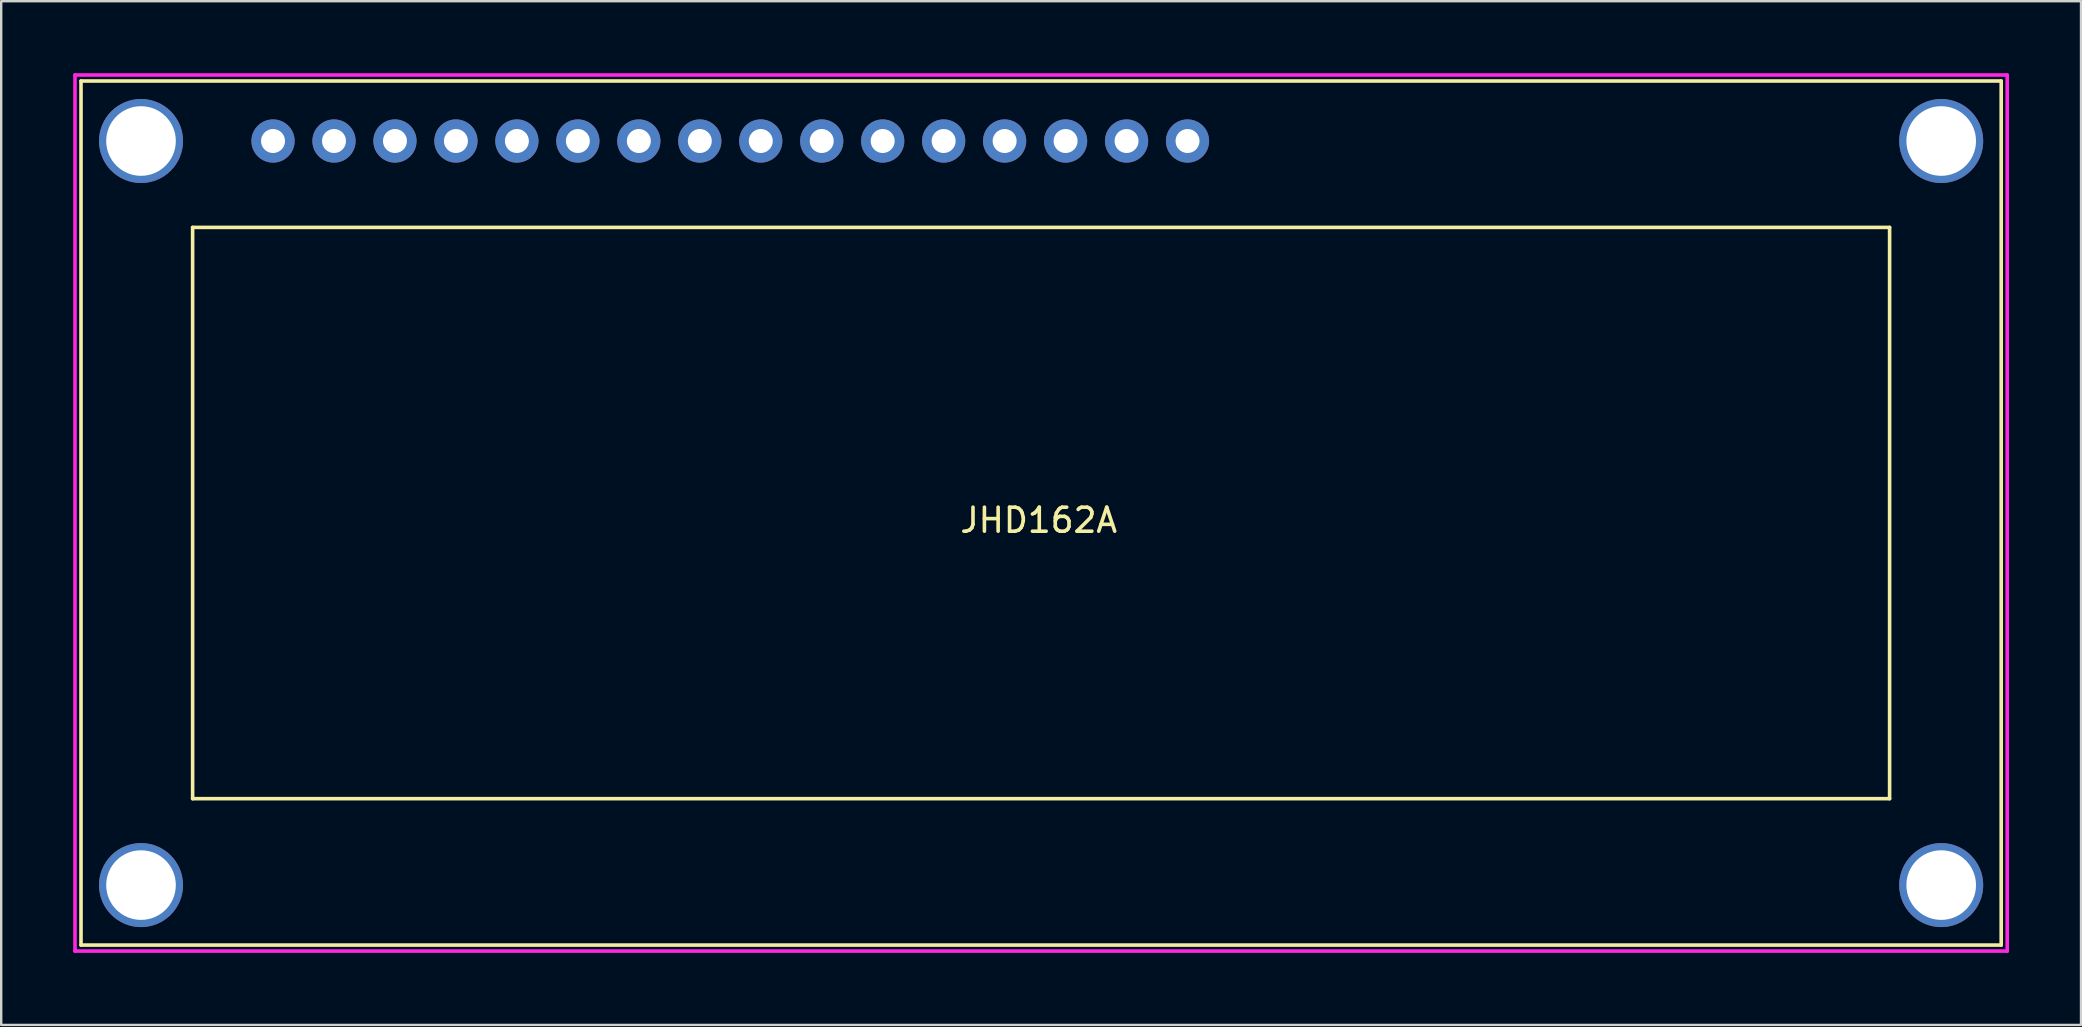
<source format=kicad_pcb>
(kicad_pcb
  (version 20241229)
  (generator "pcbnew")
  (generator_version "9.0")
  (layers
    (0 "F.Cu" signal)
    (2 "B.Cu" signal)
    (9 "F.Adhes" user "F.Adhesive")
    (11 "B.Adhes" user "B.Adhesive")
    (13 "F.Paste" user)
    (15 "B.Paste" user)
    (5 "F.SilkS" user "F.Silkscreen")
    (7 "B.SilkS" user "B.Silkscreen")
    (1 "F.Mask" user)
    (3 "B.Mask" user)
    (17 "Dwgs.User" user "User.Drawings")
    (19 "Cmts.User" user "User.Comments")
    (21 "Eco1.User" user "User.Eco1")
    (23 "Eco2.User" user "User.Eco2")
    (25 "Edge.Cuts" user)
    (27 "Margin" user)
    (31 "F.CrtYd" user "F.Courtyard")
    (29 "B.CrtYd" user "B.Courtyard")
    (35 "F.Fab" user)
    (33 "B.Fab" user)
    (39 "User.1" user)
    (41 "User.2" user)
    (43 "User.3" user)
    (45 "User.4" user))
  (footprint "JHD162A"
    (layer "F.Cu")
    (at 40.325 18.325)
    (property "Reference" "JHD162A" (at -0.1 0.3 0) (layer "F.SilkS") (effects (font (size 1 1) (thickness 0.15))))
    (attr through_hole)
    (fp_line (start -40 -18) (end 40 -18) (stroke (width 0.15) (type solid)) (layer "F.SilkS"))
    (fp_line (start -40 18) (end -40 -18) (stroke (width 0.15) (type solid)) (layer "F.SilkS"))
    (fp_line (start -35.35 -11.9) (end 35.35 -11.9) (stroke (width 0.15) (type solid)) (layer "F.SilkS"))
    (fp_line (start -35.35 11.9) (end -35.35 -11.9) (stroke (width 0.15) (type solid)) (layer "F.SilkS"))
    (fp_line (start 35.35 -11.9) (end 35.35 11.9) (stroke (width 0.15) (type solid)) (layer "F.SilkS"))
    (fp_line (start 35.35 11.9) (end -35.35 11.9) (stroke (width 0.15) (type solid)) (layer "F.SilkS"))
    (fp_line (start 40 -18) (end 40 18) (stroke (width 0.15) (type solid)) (layer "F.SilkS"))
    (fp_line (start 40 18) (end -40 18) (stroke (width 0.15) (type solid)) (layer "F.SilkS"))
    (fp_line (start -40.25 -18.25) (end 40.25 -18.25) (stroke (width 0.15) (type solid)) (layer "F.CrtYd"))
    (fp_line (start -40.25 18.25) (end -40.25 -18.25) (stroke (width 0.15) (type solid)) (layer "F.CrtYd"))
    (fp_line (start 40.25 -18.25) (end 40.25 18.25) (stroke (width 0.15) (type solid)) (layer "F.CrtYd"))
    (fp_line (start 40.25 18.25) (end -40.25 18.25) (stroke (width 0.15) (type solid)) (layer "F.CrtYd"))
    (pad "1" thru_hole circle (at -32 -15.5) (size 1.8 1.8) (drill 1) (layers "*.Cu" "*.Mask"))
    (pad "2" thru_hole circle (at -29.46 -15.5) (size 1.8 1.8) (drill 1) (layers "*.Cu" "*.Mask"))
    (pad "3" thru_hole circle (at -26.92 -15.5) (size 1.8 1.8) (drill 1) (layers "*.Cu" "*.Mask"))
    (pad "4" thru_hole circle (at -24.38 -15.5) (size 1.8 1.8) (drill 1) (layers "*.Cu" "*.Mask"))
    (pad "5" thru_hole circle (at -21.84 -15.5) (size 1.8 1.8) (drill 1) (layers "*.Cu" "*.Mask"))
    (pad "6" thru_hole circle (at -19.3 -15.5) (size 1.8 1.8) (drill 1) (layers "*.Cu" "*.Mask"))
    (pad "7" thru_hole circle (at -16.76 -15.5) (size 1.8 1.8) (drill 1) (layers "*.Cu" "*.Mask"))
    (pad "8" thru_hole circle (at -14.22 -15.5) (size 1.8 1.8) (drill 1) (layers "*.Cu" "*.Mask"))
    (pad "9" thru_hole circle (at -11.68 -15.5) (size 1.8 1.8) (drill 1) (layers "*.Cu" "*.Mask"))
    (pad "10" thru_hole circle (at -9.14 -15.5) (size 1.8 1.8) (drill 1) (layers "*.Cu" "*.Mask"))
    (pad "11" thru_hole circle (at -6.6 -15.5) (size 1.8 1.8) (drill 1) (layers "*.Cu" "*.Mask"))
    (pad "12" thru_hole circle (at -4.06 -15.5) (size 1.8 1.8) (drill 1) (layers "*.Cu" "*.Mask"))
    (pad "13" thru_hole circle (at -1.52 -15.5) (size 1.8 1.8) (drill 1) (layers "*.Cu" "*.Mask"))
    (pad "14" thru_hole circle (at 1.02 -15.5) (size 1.8 1.8) (drill 1) (layers "*.Cu" "*.Mask"))
    (pad "15" thru_hole circle (at 3.56 -15.5) (size 1.8 1.8) (drill 1) (layers "*.Cu" "*.Mask"))
    (pad "16" thru_hole circle (at 6.1 -15.5) (size 1.8 1.8) (drill 1) (layers "*.Cu" "*.Mask"))
    (pad "FG" thru_hole circle (at -37.5 -15.5) (size 3.5 3.5) (drill 2.9) (layers "*.Cu" "*.Mask"))
    (pad "FG" thru_hole circle (at -37.5 15.5) (size 3.5 3.5) (drill 2.9) (layers "*.Cu" "*.Mask"))
    (pad "FG" thru_hole circle (at 37.5 -15.5) (size 3.5 3.5) (drill 2.9) (layers "*.Cu" "*.Mask"))
    (pad "FG" thru_hole circle (at 37.5 15.5) (size 3.5 3.5) (drill 2.9) (layers "*.Cu" "*.Mask")))
  (gr_rect
    (start -3 -3)
    (end 83.65 39.65)
    (stroke (width 0.1) (type default))
    (fill no)
    (layer "Edge.Cuts")))
</source>
